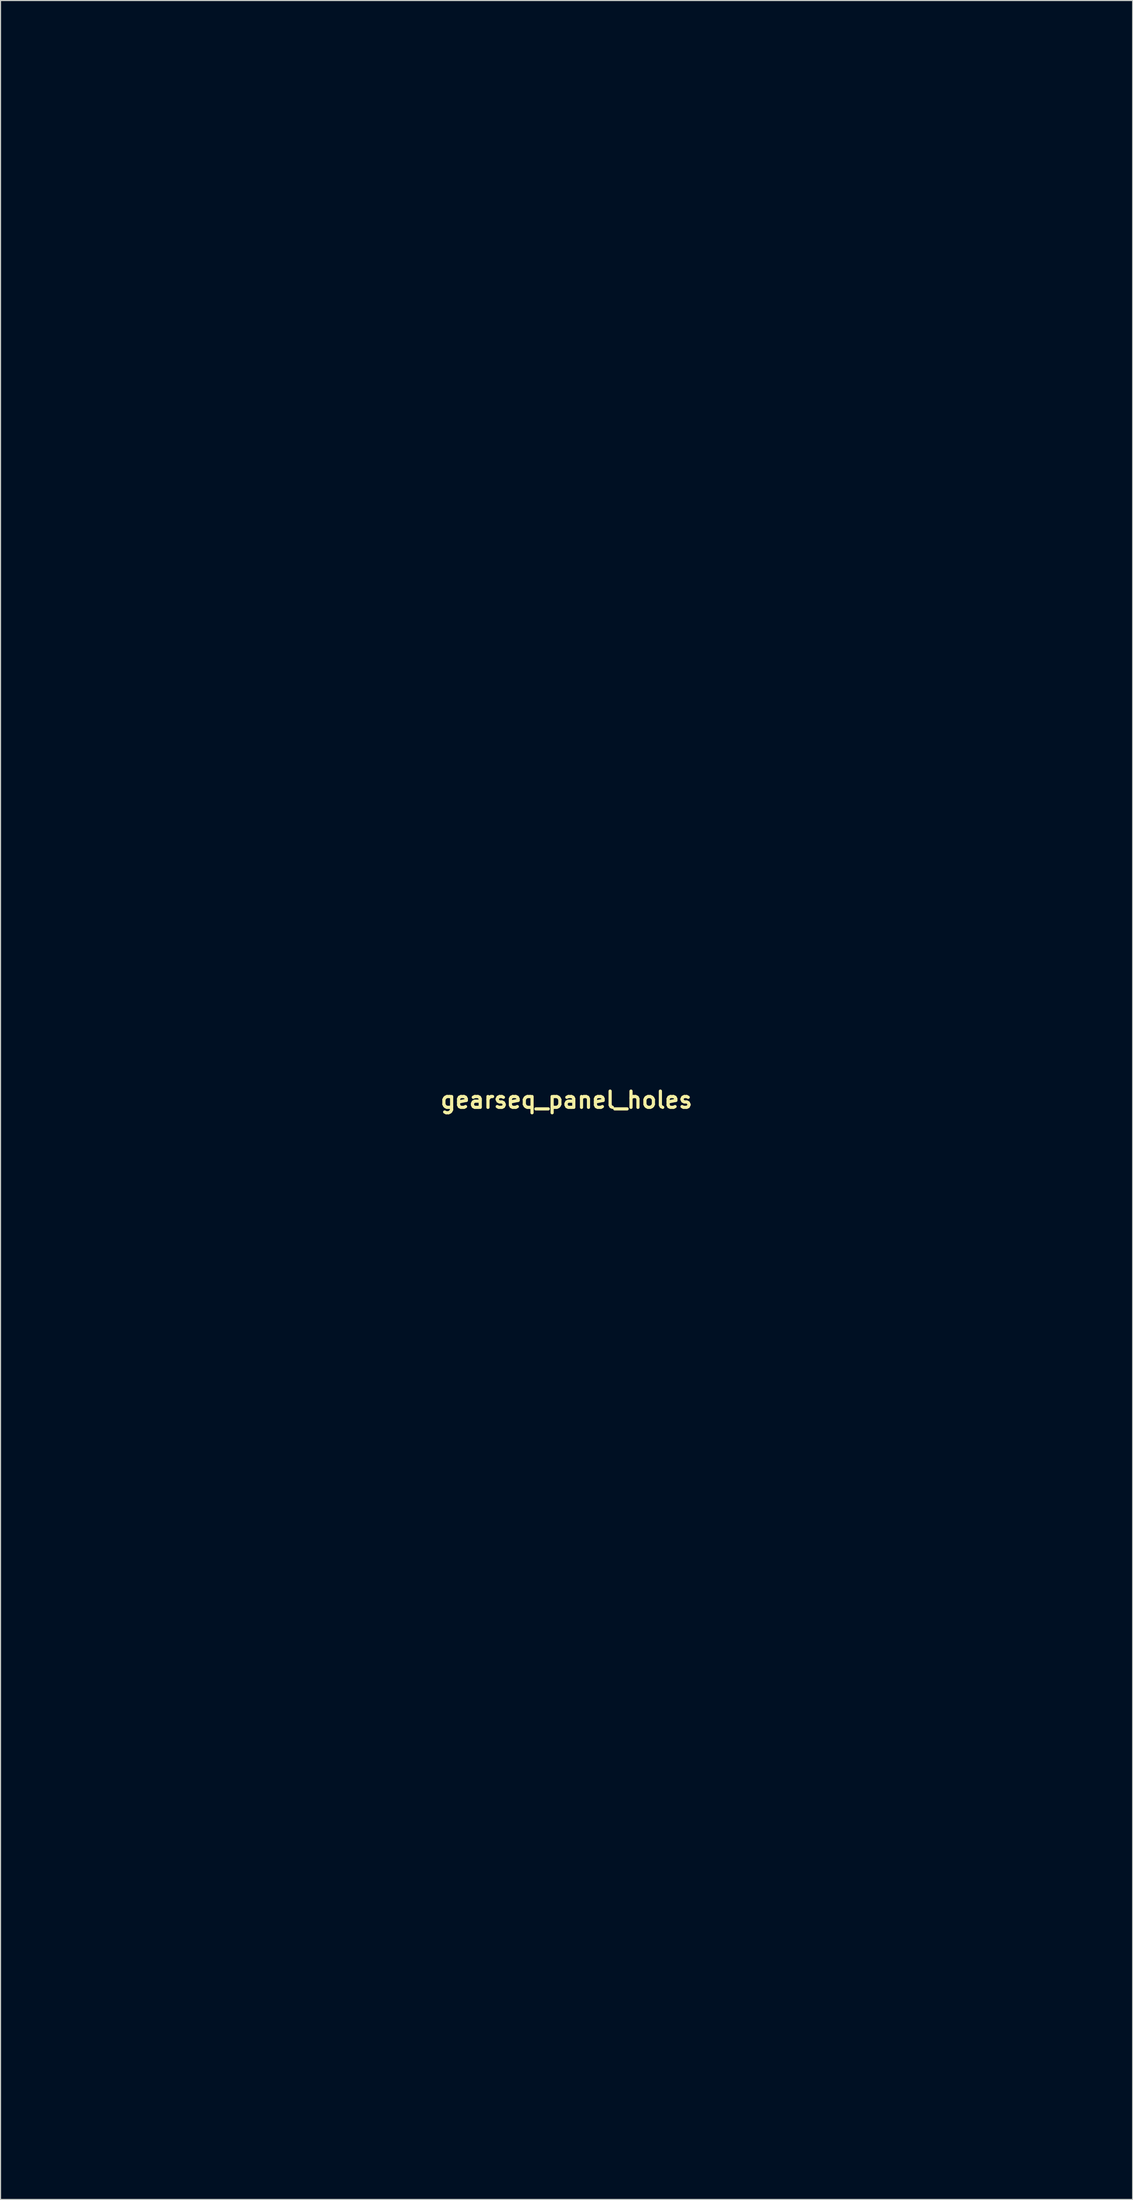
<source format=kicad_pcb>
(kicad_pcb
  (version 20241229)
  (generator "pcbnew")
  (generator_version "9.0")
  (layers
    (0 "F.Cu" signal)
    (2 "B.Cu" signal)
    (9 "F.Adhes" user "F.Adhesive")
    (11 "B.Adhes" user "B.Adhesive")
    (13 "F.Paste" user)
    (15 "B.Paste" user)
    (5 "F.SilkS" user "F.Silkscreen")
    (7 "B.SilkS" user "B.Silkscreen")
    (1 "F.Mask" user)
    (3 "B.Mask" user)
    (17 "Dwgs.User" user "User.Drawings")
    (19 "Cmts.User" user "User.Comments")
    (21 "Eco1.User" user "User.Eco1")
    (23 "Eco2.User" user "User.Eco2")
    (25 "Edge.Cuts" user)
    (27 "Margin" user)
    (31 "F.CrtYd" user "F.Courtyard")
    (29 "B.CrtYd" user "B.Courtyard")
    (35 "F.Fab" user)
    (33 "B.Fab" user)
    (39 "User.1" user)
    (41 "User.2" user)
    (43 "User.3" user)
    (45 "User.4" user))
  (footprint "gearseq_panel_holes"
    (layer "F.Cu")
    (at 50.119 100.132)
    (property "Reference" "gearseq_panel_holes" (at 0 0 0) (layer "F.SilkS") (effects (font (size 1.524 1.524) (thickness 0.3))))
    (attr through_hole)
    (fp_poly (pts (xy 50.14 100.127) (xy -50.114 100.127) (xy -50.114 -99.847) (xy -49.835 -99.847) (xy -49.835 99.847) (xy 49.86 99.847) (xy 49.86 -99.847) (xy -49.835 -99.847) (xy -50.114 -99.847) (xy -50.114 -100.127) (xy 50.14 -100.127) (xy 50.14 100.127)) (stroke (width 0.01) (type solid)) (fill no) (layer "Eco1.User"))
    (fp_poly (pts (xy 13.607 -31.16) (xy 13.618 -31.157) (xy 13.813 -31.075) (xy 13.982 -30.955) (xy 14.121 -30.802) (xy 14.226 -30.625) (xy 14.294 -30.429) (xy 14.321 -30.221) (xy 14.304 -30.007) (xy 14.275 -29.892) (xy 14.189 -29.696) (xy 14.063 -29.527) (xy 13.906 -29.388) (xy 13.724 -29.284) (xy 13.523 -29.219) (xy 13.311 -29.197) (xy 13.148 -29.211) (xy 12.948 -29.269) (xy 12.768 -29.369) (xy 12.612 -29.504) (xy 12.485 -29.666) (xy 12.392 -29.848) (xy 12.337 -30.045) (xy 12.326 -30.25) (xy 12.339 -30.358) (xy 12.405 -30.578) (xy 12.514 -30.774) (xy 12.662 -30.941) (xy 12.847 -31.073) (xy 12.888 -31.096) (xy 13.05 -31.156) (xy 13.237 -31.187) (xy 13.429 -31.189) (xy 13.607 -31.16)) (stroke (width 0.01) (type solid)) (fill no) (layer "Eco1.User"))
    (fp_poly (pts (xy 13.335 -54.978) (xy 13.461 -54.977) (xy 13.551 -54.971) (xy 13.62 -54.958) (xy 13.685 -54.936) (xy 13.745 -54.908) (xy 13.938 -54.787) (xy 14.096 -54.633) (xy 14.215 -54.452) (xy 14.291 -54.248) (xy 14.32 -54.066) (xy 14.31 -53.848) (xy 14.257 -53.644) (xy 14.164 -53.46) (xy 14.037 -53.3) (xy 13.881 -53.169) (xy 13.702 -53.071) (xy 13.504 -53.012) (xy 13.293 -52.995) (xy 13.148 -53.01) (xy 12.948 -53.07) (xy 12.767 -53.17) (xy 12.611 -53.305) (xy 12.484 -53.467) (xy 12.391 -53.65) (xy 12.337 -53.848) (xy 12.326 -54.052) (xy 12.339 -54.158) (xy 12.405 -54.377) (xy 12.512 -54.572) (xy 12.659 -54.737) (xy 12.842 -54.867) (xy 12.903 -54.899) (xy 12.983 -54.935) (xy 13.049 -54.958) (xy 13.119 -54.971) (xy 13.208 -54.977) (xy 13.331 -54.978) (xy 13.335 -54.978)) (stroke (width 0.01) (type solid)) (fill no) (layer "Eco1.User"))
    (fp_poly (pts (xy 36.754 -54.977) (xy 36.845 -54.971) (xy 36.917 -54.958) (xy 36.984 -54.935) (xy 37.04 -54.91) (xy 37.186 -54.821) (xy 37.327 -54.698) (xy 37.45 -54.556) (xy 37.536 -54.414) (xy 37.568 -54.34) (xy 37.588 -54.273) (xy 37.599 -54.198) (xy 37.604 -54.099) (xy 37.605 -54) (xy 37.603 -53.873) (xy 37.597 -53.782) (xy 37.584 -53.71) (xy 37.561 -53.643) (xy 37.537 -53.588) (xy 37.423 -53.404) (xy 37.273 -53.246) (xy 37.094 -53.121) (xy 36.895 -53.037) (xy 36.794 -53.012) (xy 36.701 -52.996) (xy 36.634 -52.989) (xy 36.572 -52.991) (xy 36.496 -53.004) (xy 36.402 -53.023) (xy 36.211 -53.085) (xy 36.042 -53.184) (xy 35.919 -53.292) (xy 35.779 -53.465) (xy 35.683 -53.659) (xy 35.631 -53.866) (xy 35.627 -54.08) (xy 35.636 -54.152) (xy 35.698 -54.364) (xy 35.804 -54.558) (xy 35.947 -54.726) (xy 36.121 -54.86) (xy 36.215 -54.91) (xy 36.288 -54.942) (xy 36.355 -54.962) (xy 36.43 -54.973) (xy 36.53 -54.978) (xy 36.627 -54.978) (xy 36.754 -54.977)) (stroke (width 0.01) (type solid)) (fill no) (layer "Eco1.User"))
    (fp_poly (pts (xy 36.751 -31.177) (xy 36.84 -31.172) (xy 36.909 -31.16) (xy 36.974 -31.137) (xy 37.051 -31.102) (xy 37.062 -31.096) (xy 37.243 -30.98) (xy 37.399 -30.827) (xy 37.519 -30.648) (xy 37.537 -30.613) (xy 37.568 -30.539) (xy 37.588 -30.473) (xy 37.599 -30.397) (xy 37.604 -30.297) (xy 37.605 -30.201) (xy 37.603 -30.074) (xy 37.597 -29.982) (xy 37.584 -29.91) (xy 37.561 -29.843) (xy 37.537 -29.789) (xy 37.423 -29.603) (xy 37.272 -29.445) (xy 37.093 -29.321) (xy 36.893 -29.238) (xy 36.778 -29.212) (xy 36.693 -29.198) (xy 36.629 -29.19) (xy 36.601 -29.188) (xy 36.571 -29.193) (xy 36.507 -29.204) (xy 36.455 -29.213) (xy 36.252 -29.271) (xy 36.07 -29.37) (xy 35.912 -29.504) (xy 35.784 -29.666) (xy 35.69 -29.849) (xy 35.636 -30.047) (xy 35.625 -30.253) (xy 35.637 -30.359) (xy 35.7 -30.569) (xy 35.806 -30.762) (xy 35.95 -30.929) (xy 36.124 -31.062) (xy 36.215 -31.11) (xy 36.288 -31.142) (xy 36.355 -31.162) (xy 36.43 -31.173) (xy 36.53 -31.178) (xy 36.627 -31.178) (xy 36.751 -31.177)) (stroke (width 0.01) (type solid)) (fill no) (layer "Eco1.User"))
    (fp_poly (pts (xy -24.702 67.548) (xy -24.565 67.564) (xy -24.236 67.642) (xy -23.919 67.768) (xy -23.62 67.938) (xy -23.344 68.151) (xy -23.252 68.237) (xy -23.006 68.51) (xy -22.808 68.802) (xy -22.656 69.114) (xy -22.552 69.445) (xy -22.494 69.796) (xy -22.488 69.874) (xy -22.49 70.216) (xy -22.54 70.551) (xy -22.634 70.873) (xy -22.768 71.179) (xy -22.942 71.464) (xy -23.15 71.724) (xy -23.39 71.955) (xy -23.66 72.152) (xy -23.955 72.312) (xy -24.274 72.429) (xy -24.31 72.439) (xy -24.627 72.507) (xy -24.931 72.533) (xy -25.239 72.52) (xy -25.276 72.516) (xy -25.617 72.452) (xy -25.939 72.342) (xy -26.24 72.192) (xy -26.516 72.004) (xy -26.763 71.782) (xy -26.98 71.529) (xy -27.162 71.25) (xy -27.306 70.948) (xy -27.409 70.626) (xy -27.469 70.288) (xy -27.482 70.028) (xy -27.471 69.875) (xy -25.984 69.875) (xy -25.984 70.129) (xy -25.121 70.129) (xy -25.121 71.018) (xy -24.867 71.018) (xy -24.867 70.129) (xy -23.978 70.129) (xy -23.978 69.877) (xy -24.416 69.87) (xy -24.854 69.863) (xy -24.861 69.45) (xy -24.868 69.037) (xy -25.121 69.037) (xy -25.121 69.875) (xy -25.984 69.875) (xy -27.471 69.875) (xy -27.458 69.68) (xy -27.386 69.344) (xy -27.27 69.025) (xy -27.113 68.725) (xy -26.918 68.45) (xy -26.688 68.203) (xy -26.426 67.988) (xy -26.135 67.809) (xy -25.818 67.67) (xy -25.638 67.613) (xy -25.486 67.581) (xy -25.3 67.558) (xy -25.097 67.544) (xy -24.892 67.541) (xy -24.702 67.548)) (stroke (width 0.01) (type solid)) (fill no) (layer "Eco1.User"))
    (fp_poly (pts (xy -24.828 77.503) (xy -24.566 77.526) (xy -24.33 77.571) (xy -24.102 77.644) (xy -23.863 77.748) (xy -23.555 77.923) (xy -23.284 78.13) (xy -23.048 78.372) (xy -22.845 78.651) (xy -22.682 78.949) (xy -22.605 79.12) (xy -22.548 79.276) (xy -22.509 79.431) (xy -22.485 79.598) (xy -22.472 79.789) (xy -22.468 79.985) (xy -22.468 80.151) (xy -22.471 80.279) (xy -22.478 80.381) (xy -22.49 80.467) (xy -22.508 80.552) (xy -22.525 80.62) (xy -22.644 80.962) (xy -22.805 81.278) (xy -23.005 81.565) (xy -23.242 81.819) (xy -23.512 82.038) (xy -23.814 82.22) (xy -24.143 82.362) (xy -24.354 82.426) (xy -24.522 82.459) (xy -24.721 82.481) (xy -24.933 82.49) (xy -25.14 82.487) (xy -25.324 82.47) (xy -25.381 82.461) (xy -25.725 82.371) (xy -26.045 82.24) (xy -26.338 82.071) (xy -26.603 81.867) (xy -26.836 81.632) (xy -27.036 81.37) (xy -27.199 81.085) (xy -27.324 80.78) (xy -27.408 80.459) (xy -27.449 80.125) (xy -27.445 79.91) (xy -25.959 79.91) (xy -25.959 80.162) (xy -25.07 80.162) (xy -25.07 81.001) (xy -24.816 81.001) (xy -24.816 80.162) (xy -23.952 80.162) (xy -23.952 79.908) (xy -24.816 79.908) (xy -24.816 78.994) (xy -25.069 78.994) (xy -25.082 79.896) (xy -25.521 79.903) (xy -25.959 79.91) (xy -27.445 79.91) (xy -27.443 79.783) (xy -27.391 79.442) (xy -27.308 79.164) (xy -27.186 78.885) (xy -27.033 78.619) (xy -26.856 78.375) (xy -26.66 78.167) (xy -26.608 78.12) (xy -26.315 77.901) (xy -26.003 77.729) (xy -25.675 77.604) (xy -25.331 77.528) (xy -24.974 77.501) (xy -24.828 77.503)) (stroke (width 0.01) (type solid)) (fill no) (layer "Eco1.User"))
    (fp_poly (pts (xy 25.31 77.55) (xy 25.637 77.617) (xy 25.959 77.731) (xy 26.13 77.814) (xy 26.429 77.998) (xy 26.692 78.214) (xy 26.918 78.458) (xy 27.106 78.725) (xy 27.257 79.011) (xy 27.369 79.312) (xy 27.441 79.624) (xy 27.473 79.942) (xy 27.465 80.262) (xy 27.415 80.58) (xy 27.323 80.891) (xy 27.189 81.193) (xy 27.011 81.479) (xy 26.789 81.746) (xy 26.747 81.789) (xy 26.475 82.027) (xy 26.177 82.221) (xy 25.855 82.371) (xy 25.616 82.449) (xy 25.495 82.474) (xy 25.339 82.494) (xy 25.163 82.509) (xy 24.981 82.517) (xy 24.807 82.518) (xy 24.657 82.512) (xy 24.558 82.5) (xy 24.225 82.415) (xy 23.907 82.286) (xy 23.609 82.117) (xy 23.337 81.912) (xy 23.095 81.675) (xy 22.889 81.409) (xy 22.723 81.119) (xy 22.682 81.03) (xy 22.612 80.856) (xy 22.561 80.703) (xy 22.527 80.556) (xy 22.505 80.401) (xy 22.495 80.223) (xy 22.492 80.035) (xy 22.493 79.868) (xy 22.493 79.858) (xy 23.978 79.858) (xy 23.978 80.137) (xy 24.841 80.137) (xy 24.841 81.026) (xy 25.095 81.026) (xy 25.095 80.138) (xy 25.533 80.131) (xy 25.971 80.124) (xy 25.971 79.87) (xy 25.095 79.856) (xy 25.095 79.045) (xy 24.841 79.045) (xy 24.841 79.858) (xy 23.978 79.858) (xy 22.493 79.858) (xy 22.496 79.739) (xy 22.504 79.636) (xy 22.516 79.548) (xy 22.535 79.461) (xy 22.55 79.4) (xy 22.665 79.068) (xy 22.819 78.763) (xy 23.009 78.488) (xy 23.229 78.244) (xy 23.477 78.032) (xy 23.747 77.855) (xy 24.038 77.714) (xy 24.343 77.611) (xy 24.659 77.549) (xy 24.983 77.527) (xy 25.31 77.55)) (stroke (width 0.01) (type solid)) (fill no) (layer "Eco1.User"))
    (fp_poly (pts (xy 25.956 -47.6) (xy 26.877 -47.6) (xy 27.751 -47.6) (xy 28.577 -47.599) (xy 29.358 -47.599) (xy 30.094 -47.599) (xy 30.788 -47.599) (xy 31.439 -47.599) (xy 32.051 -47.599) (xy 32.623 -47.599) (xy 33.157 -47.598) (xy 33.655 -47.598) (xy 34.118 -47.597) (xy 34.547 -47.597) (xy 34.943 -47.596) (xy 35.307 -47.596) (xy 35.642 -47.595) (xy 35.948 -47.594) (xy 36.227 -47.593) (xy 36.479 -47.592) (xy 36.707 -47.591) (xy 36.911 -47.59) (xy 37.092 -47.588) (xy 37.253 -47.587) (xy 37.395 -47.586) (xy 37.517 -47.584) (xy 37.623 -47.582) (xy 37.713 -47.58) (xy 37.789 -47.578) (xy 37.851 -47.576) (xy 37.902 -47.574) (xy 37.942 -47.571) (xy 37.973 -47.568) (xy 37.995 -47.566) (xy 38.012 -47.563) (xy 38.022 -47.559) (xy 38.029 -47.556) (xy 38.033 -47.553) (xy 38.037 -47.546) (xy 38.041 -47.533) (xy 38.044 -47.513) (xy 38.047 -47.483) (xy 38.05 -47.443) (xy 38.053 -47.39) (xy 38.056 -47.322) (xy 38.058 -47.239) (xy 38.06 -47.138) (xy 38.062 -47.017) (xy 38.064 -46.875) (xy 38.066 -46.711) (xy 38.067 -46.522) (xy 38.068 -46.307) (xy 38.07 -46.064) (xy 38.071 -45.791) (xy 38.071 -45.487) (xy 38.072 -45.15) (xy 38.073 -44.778) (xy 38.073 -44.37) (xy 38.074 -43.923) (xy 38.074 -43.437) (xy 38.074 -42.91) (xy 38.074 -42.339) (xy 38.075 -41.723) (xy 38.075 -41.061) (xy 38.075 -40.35) (xy 38.075 -40.001) (xy 38.075 -32.495) (xy 38.016 -32.44) (xy 37.957 -32.385) (xy 11.986 -32.385) (xy 11.924 -32.447) (xy 11.862 -32.51) (xy 11.862 -47.489) (xy 11.921 -47.544) (xy 11.979 -47.6) (xy 24.985 -47.6) (xy 25.956 -47.6)) (stroke (width 0.01) (type solid)) (fill no) (layer "Eco1.User"))
    (fp_poly (pts (xy 25.237 67.479) (xy 25.58 67.536) (xy 25.907 67.639) (xy 26.212 67.786) (xy 26.494 67.975) (xy 26.75 68.203) (xy 26.975 68.47) (xy 27.166 68.773) (xy 27.217 68.872) (xy 27.353 69.204) (xy 27.439 69.543) (xy 27.476 69.886) (xy 27.463 70.231) (xy 27.4 70.573) (xy 27.288 70.91) (xy 27.203 71.095) (xy 27.027 71.391) (xy 26.813 71.656) (xy 26.566 71.888) (xy 26.292 72.084) (xy 25.995 72.242) (xy 25.679 72.36) (xy 25.349 72.434) (xy 25.01 72.464) (xy 24.667 72.447) (xy 24.529 72.426) (xy 24.201 72.341) (xy 23.885 72.21) (xy 23.587 72.036) (xy 23.314 71.823) (xy 23.241 71.755) (xy 23.059 71.564) (xy 22.912 71.373) (xy 22.786 71.167) (xy 22.704 71.003) (xy 22.63 70.836) (xy 22.575 70.687) (xy 22.537 70.542) (xy 22.512 70.388) (xy 22.499 70.212) (xy 22.495 70.002) (xy 22.495 69.964) (xy 22.496 69.875) (xy 23.978 69.875) (xy 23.978 70.129) (xy 24.841 70.129) (xy 24.841 70.968) (xy 25.095 70.968) (xy 25.095 70.131) (xy 25.533 70.124) (xy 25.971 70.117) (xy 25.979 69.997) (xy 25.987 69.877) (xy 25.547 69.87) (xy 25.108 69.863) (xy 25.101 69.412) (xy 25.094 68.961) (xy 24.841 68.961) (xy 24.841 69.875) (xy 23.978 69.875) (xy 22.496 69.875) (xy 22.498 69.742) (xy 22.511 69.557) (xy 22.535 69.396) (xy 22.573 69.246) (xy 22.627 69.094) (xy 22.701 68.928) (xy 22.707 68.916) (xy 22.883 68.598) (xy 23.088 68.322) (xy 23.326 68.082) (xy 23.599 67.878) (xy 23.889 67.715) (xy 24.144 67.605) (xy 24.393 67.531) (xy 24.653 67.486) (xy 24.879 67.469) (xy 25.237 67.479)) (stroke (width 0.01) (type solid)) (fill no) (layer "Eco1.User"))
    (fp_poly (pts (xy -45.63 95.4) (xy -45.381 95.4) (xy -45.023 95.401) (xy -44.713 95.401) (xy -44.446 95.402) (xy -44.218 95.404) (xy -44.028 95.405) (xy -43.869 95.408) (xy -43.74 95.411) (xy -43.637 95.415) (xy -43.555 95.419) (xy -43.492 95.424) (xy -43.443 95.431) (xy -43.405 95.438) (xy -43.396 95.44) (xy -43.137 95.532) (xy -42.898 95.667) (xy -42.685 95.839) (xy -42.502 96.044) (xy -42.356 96.275) (xy -42.251 96.528) (xy -42.228 96.608) (xy -42.203 96.752) (xy -42.192 96.925) (xy -42.194 97.106) (xy -42.209 97.277) (xy -42.228 97.378) (xy -42.305 97.607) (xy -42.423 97.832) (xy -42.574 98.039) (xy -42.75 98.216) (xy -42.81 98.264) (xy -42.933 98.352) (xy -43.043 98.418) (xy -43.16 98.472) (xy -43.305 98.525) (xy -43.32 98.53) (xy -43.498 98.59) (xy -45.314 98.593) (xy -45.615 98.593) (xy -45.902 98.593) (xy -46.172 98.593) (xy -46.42 98.593) (xy -46.642 98.592) (xy -46.833 98.591) (xy -46.989 98.59) (xy -47.107 98.588) (xy -47.181 98.587) (xy -47.206 98.586) (xy -47.462 98.525) (xy -47.707 98.42) (xy -47.933 98.274) (xy -48.135 98.094) (xy -48.306 97.886) (xy -48.441 97.653) (xy -48.524 97.437) (xy -48.577 97.169) (xy -48.583 96.9) (xy -48.543 96.637) (xy -48.46 96.384) (xy -48.337 96.147) (xy -48.175 95.933) (xy -47.978 95.746) (xy -47.748 95.593) (xy -47.699 95.567) (xy -47.638 95.536) (xy -47.584 95.509) (xy -47.53 95.487) (xy -47.475 95.467) (xy -47.414 95.451) (xy -47.343 95.437) (xy -47.258 95.427) (xy -47.156 95.418) (xy -47.033 95.412) (xy -46.885 95.407) (xy -46.707 95.404) (xy -46.497 95.402) (xy -46.25 95.401) (xy -45.962 95.4) (xy -45.63 95.4)) (stroke (width 0.01) (type solid)) (fill no) (layer "Eco1.User"))
    (fp_poly (pts (xy 25.571 -13.448) (xy 25.961 -13.358) (xy 26.339 -13.225) (xy 26.701 -13.047) (xy 27.041 -12.824) (xy 27.055 -12.814) (xy 27.376 -12.543) (xy 27.66 -12.239) (xy 27.904 -11.908) (xy 28.108 -11.552) (xy 28.269 -11.177) (xy 28.384 -10.785) (xy 28.453 -10.38) (xy 28.473 -10.008) (xy 28.453 -9.607) (xy 28.39 -9.227) (xy 28.283 -8.859) (xy 28.129 -8.491) (xy 28.118 -8.467) (xy 27.912 -8.102) (xy 27.668 -7.769) (xy 27.388 -7.468) (xy 27.076 -7.203) (xy 26.734 -6.976) (xy 26.368 -6.79) (xy 25.979 -6.647) (xy 25.57 -6.549) (xy 25.515 -6.54) (xy 25.397 -6.526) (xy 25.246 -6.515) (xy 25.075 -6.509) (xy 24.901 -6.506) (xy 24.738 -6.508) (xy 24.603 -6.514) (xy 24.549 -6.52) (xy 24.148 -6.595) (xy 23.76 -6.717) (xy 23.388 -6.883) (xy 23.038 -7.091) (xy 22.712 -7.336) (xy 22.417 -7.617) (xy 22.155 -7.93) (xy 21.93 -8.271) (xy 21.837 -8.445) (xy 21.676 -8.825) (xy 21.562 -9.214) (xy 21.495 -9.607) (xy 21.474 -10.002) (xy 21.482 -10.135) (xy 22.479 -10.135) (xy 22.479 -9.881) (xy 24.841 -9.881) (xy 24.841 -7.493) (xy 25.095 -7.493) (xy 25.101 -8.68) (xy 25.108 -9.868) (xy 26.297 -9.875) (xy 27.486 -9.881) (xy 27.478 -10.002) (xy 27.47 -10.122) (xy 26.283 -10.129) (xy 25.095 -10.135) (xy 25.095 -12.497) (xy 24.841 -12.497) (xy 24.841 -10.135) (xy 22.479 -10.135) (xy 21.482 -10.135) (xy 21.498 -10.395) (xy 21.564 -10.781) (xy 21.673 -11.157) (xy 21.824 -11.519) (xy 22.014 -11.863) (xy 22.242 -12.186) (xy 22.509 -12.483) (xy 22.812 -12.75) (xy 23.15 -12.985) (xy 23.228 -13.031) (xy 23.597 -13.215) (xy 23.98 -13.353) (xy 24.373 -13.445) (xy 24.773 -13.491) (xy 25.174 -13.492) (xy 25.571 -13.448)) (stroke (width 0.01) (type solid)) (fill no) (layer "Eco1.User"))
    (fp_poly (pts (xy 44.708 -98.6) (xy 44.993 -98.599) (xy 45.322 -98.598) (xy 45.505 -98.597) (xy 45.853 -98.595) (xy 46.155 -98.594) (xy 46.413 -98.592) (xy 46.632 -98.59) (xy 46.814 -98.588) (xy 46.965 -98.585) (xy 47.087 -98.582) (xy 47.185 -98.578) (xy 47.262 -98.573) (xy 47.322 -98.568) (xy 47.369 -98.562) (xy 47.406 -98.554) (xy 47.437 -98.546) (xy 47.447 -98.543) (xy 47.712 -98.43) (xy 47.952 -98.279) (xy 48.162 -98.094) (xy 48.337 -97.88) (xy 48.473 -97.641) (xy 48.549 -97.437) (xy 48.603 -97.169) (xy 48.608 -96.9) (xy 48.568 -96.637) (xy 48.485 -96.384) (xy 48.362 -96.147) (xy 48.201 -95.933) (xy 48.004 -95.746) (xy 47.774 -95.593) (xy 47.724 -95.567) (xy 47.662 -95.535) (xy 47.605 -95.508) (xy 47.55 -95.485) (xy 47.493 -95.465) (xy 47.429 -95.449) (xy 47.354 -95.435) (xy 47.265 -95.424) (xy 47.158 -95.416) (xy 47.028 -95.409) (xy 46.871 -95.405) (xy 46.684 -95.401) (xy 46.463 -95.399) (xy 46.203 -95.397) (xy 45.9 -95.396) (xy 45.55 -95.395) (xy 45.534 -95.395) (xy 45.239 -95.394) (xy 44.954 -95.394) (xy 44.685 -95.394) (xy 44.436 -95.395) (xy 44.212 -95.396) (xy 44.018 -95.398) (xy 43.859 -95.4) (xy 43.739 -95.402) (xy 43.663 -95.405) (xy 43.646 -95.406) (xy 43.381 -95.452) (xy 43.136 -95.543) (xy 42.906 -95.68) (xy 42.688 -95.866) (xy 42.669 -95.884) (xy 42.486 -96.1) (xy 42.351 -96.33) (xy 42.263 -96.578) (xy 42.22 -96.848) (xy 42.215 -96.989) (xy 42.232 -97.248) (xy 42.283 -97.479) (xy 42.37 -97.695) (xy 42.519 -97.937) (xy 42.704 -98.148) (xy 42.921 -98.322) (xy 43.163 -98.457) (xy 43.426 -98.548) (xy 43.498 -98.564) (xy 43.543 -98.572) (xy 43.594 -98.579) (xy 43.656 -98.585) (xy 43.733 -98.589) (xy 43.828 -98.593) (xy 43.944 -98.596) (xy 44.087 -98.598) (xy 44.259 -98.599) (xy 44.465 -98.6) (xy 44.708 -98.6)) (stroke (width 0.01) (type solid)) (fill no) (layer "Eco1.User"))
    (fp_poly (pts (xy -44.27 -98.599) (xy -44.066 -98.597) (xy -43.893 -98.593) (xy -43.748 -98.588) (xy -43.627 -98.581) (xy -43.526 -98.571) (xy -43.441 -98.56) (xy -43.369 -98.545) (xy -43.305 -98.528) (xy -43.245 -98.507) (xy -43.187 -98.483) (xy -43.125 -98.456) (xy -43.119 -98.453) (xy -42.889 -98.321) (xy -42.681 -98.15) (xy -42.502 -97.948) (xy -42.359 -97.722) (xy -42.256 -97.481) (xy -42.228 -97.378) (xy -42.203 -97.226) (xy -42.192 -97.05) (xy -42.194 -96.869) (xy -42.209 -96.703) (xy -42.228 -96.608) (xy -42.318 -96.353) (xy -42.451 -96.116) (xy -42.622 -95.904) (xy -42.825 -95.721) (xy -43.055 -95.573) (xy -43.304 -95.467) (xy -43.399 -95.44) (xy -43.437 -95.432) (xy -43.486 -95.425) (xy -43.55 -95.419) (xy -43.632 -95.414) (xy -43.736 -95.41) (xy -43.866 -95.407) (xy -44.026 -95.404) (xy -44.219 -95.401) (xy -44.449 -95.399) (xy -44.72 -95.398) (xy -45.036 -95.396) (xy -45.266 -95.395) (xy -45.561 -95.395) (xy -45.845 -95.394) (xy -46.114 -95.395) (xy -46.361 -95.395) (xy -46.583 -95.396) (xy -46.775 -95.398) (xy -46.933 -95.399) (xy -47.051 -95.401) (xy -47.125 -95.404) (xy -47.142 -95.405) (xy -47.339 -95.434) (xy -47.515 -95.484) (xy -47.688 -95.561) (xy -47.935 -95.713) (xy -48.146 -95.899) (xy -48.319 -96.118) (xy -48.451 -96.366) (xy -48.541 -96.641) (xy -48.554 -96.698) (xy -48.584 -96.97) (xy -48.566 -97.237) (xy -48.504 -97.493) (xy -48.399 -97.736) (xy -48.254 -97.959) (xy -48.073 -98.158) (xy -47.858 -98.329) (xy -47.613 -98.467) (xy -47.422 -98.543) (xy -47.392 -98.551) (xy -47.357 -98.559) (xy -47.315 -98.566) (xy -47.26 -98.572) (xy -47.189 -98.576) (xy -47.099 -98.58) (xy -46.986 -98.584) (xy -46.846 -98.587) (xy -46.675 -98.589) (xy -46.469 -98.591) (xy -46.226 -98.593) (xy -45.94 -98.595) (xy -45.608 -98.596) (xy -45.479 -98.597) (xy -45.11 -98.598) (xy -44.788 -98.6) (xy -44.509 -98.6) (xy -44.27 -98.599)) (stroke (width 0.01) (type solid)) (fill no) (layer "Eco1.User"))
    (fp_poly (pts (xy -37.389 70.005) (xy -37.108 70.017) (xy -36.84 70.039) (xy -36.599 70.072) (xy -36.5 70.09) (xy -36.007 70.219) (xy -35.536 70.392) (xy -35.09 70.608) (xy -34.669 70.864) (xy -34.278 71.159) (xy -33.918 71.491) (xy -33.592 71.857) (xy -33.301 72.255) (xy -33.049 72.685) (xy -32.837 73.143) (xy -32.784 73.279) (xy -32.647 73.719) (xy -32.552 74.179) (xy -32.499 74.653) (xy -32.49 75.132) (xy -32.524 75.609) (xy -32.601 76.076) (xy -32.689 76.421) (xy -32.852 76.883) (xy -33.061 77.327) (xy -33.313 77.75) (xy -33.604 78.147) (xy -33.932 78.514) (xy -34.293 78.846) (xy -34.683 79.14) (xy -34.707 79.156) (xy -35.14 79.413) (xy -35.592 79.625) (xy -36.062 79.79) (xy -36.545 79.907) (xy -37.038 79.976) (xy -37.538 79.995) (xy -37.833 79.983) (xy -38.327 79.924) (xy -38.807 79.817) (xy -39.269 79.666) (xy -39.712 79.471) (xy -40.132 79.235) (xy -40.527 78.96) (xy -40.894 78.649) (xy -41.23 78.304) (xy -41.533 77.926) (xy -41.798 77.518) (xy -42.025 77.083) (xy -42.21 76.621) (xy -42.224 76.578) (xy -42.359 76.098) (xy -42.444 75.612) (xy -42.481 75.125) (xy -42.475 74.879) (xy -39.98 74.879) (xy -39.98 75.133) (xy -37.617 75.133) (xy -37.617 77.495) (xy -37.363 77.495) (xy -37.363 75.134) (xy -34.989 75.121) (xy -34.973 74.88) (xy -37.351 74.867) (xy -37.357 73.679) (xy -37.364 72.492) (xy -37.617 72.492) (xy -37.617 74.879) (xy -39.98 74.879) (xy -42.475 74.879) (xy -42.47 74.64) (xy -42.413 74.161) (xy -42.31 73.69) (xy -42.162 73.232) (xy -41.97 72.789) (xy -41.735 72.364) (xy -41.457 71.962) (xy -41.138 71.586) (xy -40.928 71.375) (xy -40.541 71.042) (xy -40.133 70.755) (xy -39.702 70.514) (xy -39.247 70.317) (xy -38.769 70.165) (xy -38.266 70.057) (xy -38.151 70.039) (xy -37.926 70.016) (xy -37.667 70.005) (xy -37.389 70.005)) (stroke (width 0.01) (type solid)) (fill no) (layer "Eco1.User"))
    (fp_poly (pts (xy 37.628 70.009) (xy 37.851 70.016) (xy 38.055 70.029) (xy 38.23 70.048) (xy 38.316 70.061) (xy 38.822 70.181) (xy 39.304 70.345) (xy 39.761 70.551) (xy 40.19 70.798) (xy 40.589 71.084) (xy 40.958 71.408) (xy 41.293 71.768) (xy 41.593 72.163) (xy 41.856 72.591) (xy 42.08 73.05) (xy 42.08 73.05) (xy 42.231 73.448) (xy 42.343 73.849) (xy 42.417 74.263) (xy 42.457 74.702) (xy 42.462 74.83) (xy 42.457 75.32) (xy 42.41 75.785) (xy 42.321 76.234) (xy 42.186 76.673) (xy 42.006 77.108) (xy 41.973 77.178) (xy 41.734 77.615) (xy 41.457 78.021) (xy 41.144 78.394) (xy 40.799 78.732) (xy 40.424 79.034) (xy 40.022 79.298) (xy 39.597 79.522) (xy 39.15 79.705) (xy 38.686 79.844) (xy 38.207 79.939) (xy 37.716 79.988) (xy 37.215 79.988) (xy 37.122 79.982) (xy 36.632 79.925) (xy 36.157 79.821) (xy 35.701 79.673) (xy 35.264 79.483) (xy 34.851 79.254) (xy 34.462 78.987) (xy 34.101 78.685) (xy 33.77 78.351) (xy 33.471 77.987) (xy 33.206 77.595) (xy 32.978 77.178) (xy 32.79 76.738) (xy 32.643 76.277) (xy 32.541 75.799) (xy 32.487 75.341) (xy 32.477 74.879) (xy 34.976 74.879) (xy 34.976 75.133) (xy 37.338 75.133) (xy 37.338 77.495) (xy 37.592 77.495) (xy 37.592 75.134) (xy 39.967 75.121) (xy 39.982 74.88) (xy 37.605 74.867) (xy 37.598 73.679) (xy 37.591 72.492) (xy 37.338 72.492) (xy 37.338 74.879) (xy 34.976 74.879) (xy 32.477 74.879) (xy 32.476 74.843) (xy 32.515 74.351) (xy 32.602 73.868) (xy 32.736 73.397) (xy 32.915 72.941) (xy 33.139 72.505) (xy 33.405 72.091) (xy 33.712 71.702) (xy 34.045 71.357) (xy 34.427 71.031) (xy 34.837 70.747) (xy 35.273 70.507) (xy 35.731 70.31) (xy 36.21 70.16) (xy 36.707 70.055) (xy 36.817 70.039) (xy 36.983 70.022) (xy 37.182 70.012) (xy 37.401 70.008) (xy 37.628 70.009)) (stroke (width 0.01) (type solid)) (fill no) (layer "Eco1.User"))
    (fp_poly (pts (xy 25.35 16.518) (xy 25.655 16.558) (xy 25.954 16.629) (xy 26.102 16.675) (xy 26.494 16.832) (xy 26.86 17.031) (xy 27.197 17.269) (xy 27.502 17.545) (xy 27.773 17.854) (xy 28.006 18.195) (xy 28.2 18.564) (xy 28.334 18.906) (xy 28.42 19.21) (xy 28.475 19.511) (xy 28.501 19.829) (xy 28.504 19.99) (xy 28.481 20.417) (xy 28.409 20.828) (xy 28.291 21.222) (xy 28.126 21.597) (xy 27.915 21.95) (xy 27.659 22.281) (xy 27.504 22.448) (xy 27.197 22.728) (xy 26.874 22.962) (xy 26.529 23.154) (xy 26.155 23.307) (xy 25.756 23.422) (xy 25.638 23.443) (xy 25.482 23.46) (xy 25.302 23.474) (xy 25.111 23.483) (xy 24.921 23.487) (xy 24.745 23.486) (xy 24.596 23.479) (xy 24.508 23.469) (xy 24.092 23.379) (xy 23.696 23.243) (xy 23.323 23.064) (xy 22.976 22.845) (xy 22.657 22.588) (xy 22.371 22.295) (xy 22.119 21.968) (xy 21.905 21.611) (xy 21.755 21.284) (xy 21.71 21.162) (xy 21.662 21.013) (xy 21.617 20.862) (xy 21.598 20.789) (xy 21.573 20.686) (xy 21.555 20.598) (xy 21.542 20.513) (xy 21.534 20.418) (xy 21.53 20.305) (xy 21.528 20.16) (xy 21.527 20.015) (xy 21.529 19.863) (xy 22.504 19.863) (xy 22.504 20.116) (xy 23.692 20.123) (xy 24.879 20.13) (xy 24.893 22.504) (xy 25.146 22.504) (xy 25.146 20.117) (xy 27.508 20.117) (xy 27.508 19.863) (xy 25.146 19.863) (xy 25.146 17.501) (xy 24.892 17.501) (xy 24.892 19.863) (xy 22.504 19.863) (xy 21.529 19.863) (xy 21.529 19.789) (xy 21.537 19.602) (xy 21.552 19.439) (xy 21.576 19.29) (xy 21.612 19.141) (xy 21.661 18.979) (xy 21.69 18.891) (xy 21.83 18.534) (xy 21.998 18.211) (xy 22.201 17.912) (xy 22.445 17.625) (xy 22.561 17.505) (xy 22.878 17.226) (xy 23.219 16.991) (xy 23.582 16.802) (xy 23.965 16.658) (xy 24.367 16.562) (xy 24.787 16.512) (xy 25.019 16.505) (xy 25.35 16.518)) (stroke (width 0.01) (type solid)) (fill no) (layer "Eco1.User"))
    (fp_poly (pts (xy 46.087 95.4) (xy 46.361 95.401) (xy 46.595 95.402) (xy 46.794 95.405) (xy 46.962 95.408) (xy 47.102 95.414) (xy 47.218 95.421) (xy 47.313 95.43) (xy 47.393 95.442) (xy 47.46 95.456) (xy 47.519 95.473) (xy 47.573 95.494) (xy 47.627 95.518) (xy 47.683 95.546) (xy 47.724 95.567) (xy 47.969 95.717) (xy 48.178 95.903) (xy 48.348 96.121) (xy 48.479 96.369) (xy 48.568 96.645) (xy 48.579 96.698) (xy 48.61 96.97) (xy 48.592 97.237) (xy 48.529 97.493) (xy 48.424 97.736) (xy 48.28 97.959) (xy 48.099 98.158) (xy 47.884 98.329) (xy 47.638 98.467) (xy 47.447 98.543) (xy 47.418 98.551) (xy 47.384 98.559) (xy 47.342 98.566) (xy 47.288 98.571) (xy 47.219 98.576) (xy 47.13 98.58) (xy 47.019 98.583) (xy 46.881 98.586) (xy 46.713 98.588) (xy 46.51 98.59) (xy 46.27 98.591) (xy 45.988 98.593) (xy 45.662 98.594) (xy 45.479 98.594) (xy 45.113 98.595) (xy 44.795 98.596) (xy 44.521 98.595) (xy 44.287 98.595) (xy 44.091 98.593) (xy 43.928 98.591) (xy 43.797 98.588) (xy 43.692 98.584) (xy 43.611 98.579) (xy 43.55 98.574) (xy 43.507 98.567) (xy 43.498 98.565) (xy 43.312 98.516) (xy 43.157 98.457) (xy 43.011 98.38) (xy 42.98 98.362) (xy 42.756 98.195) (xy 42.564 97.996) (xy 42.41 97.772) (xy 42.297 97.528) (xy 42.253 97.378) (xy 42.229 97.226) (xy 42.217 97.05) (xy 42.22 96.869) (xy 42.235 96.703) (xy 42.253 96.608) (xy 42.344 96.35) (xy 42.479 96.112) (xy 42.651 95.898) (xy 42.856 95.716) (xy 43.088 95.569) (xy 43.341 95.463) (xy 43.421 95.44) (xy 43.457 95.433) (xy 43.503 95.426) (xy 43.562 95.42) (xy 43.638 95.416) (xy 43.736 95.412) (xy 43.858 95.409) (xy 44.008 95.406) (xy 44.189 95.404) (xy 44.406 95.403) (xy 44.662 95.402) (xy 44.961 95.401) (xy 45.306 95.401) (xy 45.406 95.4) (xy 45.77 95.4) (xy 46.087 95.4)) (stroke (width 0.01) (type solid)) (fill no) (layer "Eco1.User"))
    (fp_poly (pts (xy -12.471 16.506) (xy -12.069 16.527) (xy -11.691 16.589) (xy -11.328 16.693) (xy -10.972 16.844) (xy -10.874 16.893) (xy -10.512 17.11) (xy -10.182 17.366) (xy -9.888 17.656) (xy -9.63 17.979) (xy -9.41 18.332) (xy -9.232 18.713) (xy -9.096 19.119) (xy -9.053 19.291) (xy -9.028 19.442) (xy -9.01 19.628) (xy -8.999 19.836) (xy -8.996 20.051) (xy -9.001 20.258) (xy -9.015 20.444) (xy -9.029 20.552) (xy -9.123 20.968) (xy -9.265 21.365) (xy -9.454 21.745) (xy -9.582 21.952) (xy -9.693 22.102) (xy -9.833 22.268) (xy -9.993 22.439) (xy -10.16 22.603) (xy -10.324 22.748) (xy -10.472 22.864) (xy -10.493 22.879) (xy -10.818 23.074) (xy -11.175 23.241) (xy -11.547 23.372) (xy -11.775 23.432) (xy -11.858 23.446) (xy -11.979 23.458) (xy -12.128 23.469) (xy -12.291 23.477) (xy -12.459 23.484) (xy -12.619 23.487) (xy -12.759 23.488) (xy -12.867 23.484) (xy -12.916 23.48) (xy -13.342 23.393) (xy -13.746 23.262) (xy -14.126 23.088) (xy -14.48 22.87) (xy -14.806 22.612) (xy -14.901 22.524) (xy -15.194 22.207) (xy -15.441 21.871) (xy -15.643 21.514) (xy -15.799 21.134) (xy -15.911 20.729) (xy -15.951 20.515) (xy -15.967 20.365) (xy -15.976 20.181) (xy -15.977 19.979) (xy -15.974 19.863) (xy -14.986 19.863) (xy -14.986 20.117) (xy -12.624 20.117) (xy -12.624 22.507) (xy -12.357 22.492) (xy -12.344 20.117) (xy -9.982 20.117) (xy -9.982 19.863) (xy -12.344 19.863) (xy -12.344 17.501) (xy -12.624 17.501) (xy -12.624 19.863) (xy -14.986 19.863) (xy -15.974 19.863) (xy -15.971 19.773) (xy -15.958 19.581) (xy -15.939 19.419) (xy -15.937 19.41) (xy -15.845 19.009) (xy -15.707 18.626) (xy -15.526 18.264) (xy -15.305 17.926) (xy -15.047 17.616) (xy -14.754 17.336) (xy -14.429 17.091) (xy -14.076 16.883) (xy -13.696 16.716) (xy -13.58 16.675) (xy -13.313 16.597) (xy -13.054 16.544) (xy -12.783 16.515) (xy -12.484 16.506) (xy -12.471 16.506)) (stroke (width 0.01) (type solid)) (fill no) (layer "Eco1.User"))
    (fp_poly (pts (xy 13.02 70.023) (xy 13.52 70.097) (xy 13.56 70.105) (xy 14.029 70.228) (xy 14.481 70.396) (xy 14.912 70.608) (xy 15.321 70.861) (xy 15.703 71.151) (xy 16.057 71.475) (xy 16.379 71.832) (xy 16.666 72.219) (xy 16.916 72.632) (xy 17.125 73.068) (xy 17.291 73.526) (xy 17.348 73.724) (xy 17.418 74.03) (xy 17.466 74.325) (xy 17.494 74.628) (xy 17.504 74.957) (xy 17.504 74.993) (xy 17.484 75.481) (xy 17.422 75.945) (xy 17.316 76.391) (xy 17.165 76.827) (xy 16.968 77.26) (xy 16.939 77.317) (xy 16.684 77.75) (xy 16.392 78.149) (xy 16.066 78.514) (xy 15.708 78.842) (xy 15.322 79.133) (xy 14.911 79.384) (xy 14.476 79.594) (xy 14.02 79.761) (xy 13.548 79.884) (xy 13.06 79.962) (xy 12.56 79.993) (xy 12.167 79.983) (xy 11.68 79.928) (xy 11.207 79.826) (xy 10.75 79.678) (xy 10.312 79.488) (xy 9.896 79.257) (xy 9.503 78.988) (xy 9.138 78.683) (xy 8.802 78.344) (xy 8.499 77.974) (xy 8.231 77.575) (xy 8 77.149) (xy 7.81 76.698) (xy 7.664 76.225) (xy 7.658 76.2) (xy 7.602 75.955) (xy 7.562 75.724) (xy 7.536 75.493) (xy 7.524 75.247) (xy 7.523 74.97) (xy 7.526 74.867) (xy 7.527 74.828) (xy 9.982 74.828) (xy 9.982 75.082) (xy 12.344 75.082) (xy 12.344 77.47) (xy 12.598 77.47) (xy 12.604 76.283) (xy 12.611 75.095) (xy 14.961 75.082) (xy 14.961 74.828) (xy 12.598 74.828) (xy 12.598 72.466) (xy 12.344 72.466) (xy 12.344 74.828) (xy 9.982 74.828) (xy 7.527 74.828) (xy 7.534 74.631) (xy 7.546 74.433) (xy 7.565 74.257) (xy 7.591 74.089) (xy 7.627 73.916) (xy 7.669 73.744) (xy 7.814 73.278) (xy 8.004 72.829) (xy 8.237 72.402) (xy 8.51 72) (xy 8.82 71.626) (xy 9.164 71.283) (xy 9.539 70.974) (xy 9.943 70.704) (xy 10.372 70.476) (xy 10.554 70.395) (xy 11.029 70.223) (xy 11.518 70.099) (xy 12.015 70.024) (xy 12.517 69.999) (xy 13.02 70.023)) (stroke (width 0.01) (type solid)) (fill no) (layer "Eco1.User"))
    (fp_poly (pts (xy -36.775 -14.952) (xy -36.293 -14.859) (xy -35.819 -14.718) (xy -35.738 -14.689) (xy -35.282 -14.492) (xy -34.854 -14.255) (xy -34.456 -13.98) (xy -34.088 -13.671) (xy -33.754 -13.329) (xy -33.455 -12.959) (xy -33.193 -12.562) (xy -32.969 -12.143) (xy -32.785 -11.704) (xy -32.643 -11.248) (xy -32.545 -10.777) (xy -32.493 -10.296) (xy -32.488 -9.806) (xy -32.526 -9.355) (xy -32.613 -8.867) (xy -32.747 -8.397) (xy -32.929 -7.941) (xy -33.022 -7.747) (xy -33.273 -7.307) (xy -33.562 -6.901) (xy -33.887 -6.528) (xy -34.244 -6.191) (xy -34.631 -5.893) (xy -35.047 -5.633) (xy -35.488 -5.415) (xy -35.952 -5.24) (xy -36.436 -5.11) (xy -36.906 -5.03) (xy -37.06 -5.017) (xy -37.25 -5.009) (xy -37.46 -5.007) (xy -37.676 -5.01) (xy -37.883 -5.019) (xy -38.066 -5.032) (xy -38.159 -5.043) (xy -38.645 -5.134) (xy -39.114 -5.272) (xy -39.566 -5.455) (xy -39.996 -5.679) (xy -40.401 -5.943) (xy -40.779 -6.244) (xy -41.127 -6.58) (xy -41.442 -6.948) (xy -41.721 -7.346) (xy -41.961 -7.772) (xy -42.159 -8.222) (xy -42.228 -8.415) (xy -42.361 -8.892) (xy -42.445 -9.377) (xy -42.481 -9.865) (xy -42.475 -10.135) (xy -39.98 -10.135) (xy -39.98 -9.881) (xy -37.617 -9.881) (xy -37.617 -7.493) (xy -37.364 -7.493) (xy -37.357 -8.68) (xy -37.351 -9.868) (xy -36.162 -9.875) (xy -34.973 -9.881) (xy -34.981 -10.002) (xy -34.989 -10.122) (xy -36.176 -10.129) (xy -37.363 -10.135) (xy -37.363 -12.497) (xy -37.617 -12.497) (xy -37.617 -10.135) (xy -39.98 -10.135) (xy -42.475 -10.135) (xy -42.469 -10.352) (xy -42.411 -10.835) (xy -42.307 -11.311) (xy -42.157 -11.774) (xy -41.962 -12.223) (xy -41.723 -12.651) (xy -41.441 -13.057) (xy -41.355 -13.165) (xy -41.24 -13.297) (xy -41.097 -13.447) (xy -40.939 -13.603) (xy -40.776 -13.754) (xy -40.622 -13.889) (xy -40.489 -13.996) (xy -40.487 -13.997) (xy -40.07 -14.276) (xy -39.632 -14.511) (xy -39.177 -14.7) (xy -38.71 -14.844) (xy -38.232 -14.942) (xy -37.748 -14.992) (xy -37.261 -14.996) (xy -36.775 -14.952)) (stroke (width 0.01) (type solid)) (fill no) (layer "Eco1.User"))
    (fp_poly (pts (xy -12.172 -13.483) (xy -11.959 -13.462) (xy -11.887 -13.451) (xy -11.48 -13.354) (xy -11.093 -13.212) (xy -10.73 -13.028) (xy -10.393 -12.805) (xy -10.084 -12.544) (xy -9.807 -12.249) (xy -9.565 -11.923) (xy -9.359 -11.568) (xy -9.193 -11.186) (xy -9.07 -10.781) (xy -9.054 -10.712) (xy -9.028 -10.557) (xy -9.01 -10.366) (xy -8.999 -10.154) (xy -8.996 -9.935) (xy -9.002 -9.726) (xy -9.016 -9.539) (xy -9.029 -9.445) (xy -9.123 -9.03) (xy -9.264 -8.635) (xy -9.45 -8.261) (xy -9.681 -7.911) (xy -9.955 -7.588) (xy -10.216 -7.339) (xy -10.491 -7.127) (xy -10.796 -6.942) (xy -10.935 -6.87) (xy -11.281 -6.718) (xy -11.618 -6.609) (xy -11.959 -6.54) (xy -12.316 -6.508) (xy -12.509 -6.506) (xy -12.65 -6.508) (xy -12.786 -6.514) (xy -12.903 -6.521) (xy -12.983 -6.53) (xy -13.386 -6.614) (xy -13.778 -6.747) (xy -14.152 -6.924) (xy -14.503 -7.144) (xy -14.826 -7.404) (xy -14.906 -7.478) (xy -15.198 -7.794) (xy -15.445 -8.131) (xy -15.646 -8.49) (xy -15.801 -8.872) (xy -15.913 -9.279) (xy -15.951 -9.483) (xy -15.967 -9.632) (xy -15.976 -9.816) (xy -15.977 -10.019) (xy -15.974 -10.135) (xy -14.986 -10.135) (xy -14.986 -9.881) (xy -12.624 -9.881) (xy -12.624 -8.704) (xy -12.623 -8.464) (xy -12.622 -8.24) (xy -12.621 -8.036) (xy -12.618 -7.859) (xy -12.616 -7.712) (xy -12.612 -7.601) (xy -12.609 -7.532) (xy -12.606 -7.509) (xy -12.571 -7.499) (xy -12.506 -7.497) (xy -12.472 -7.498) (xy -12.357 -7.506) (xy -12.344 -9.881) (xy -9.982 -9.881) (xy -9.982 -10.135) (xy -12.344 -10.135) (xy -12.344 -12.497) (xy -12.624 -12.497) (xy -12.624 -10.135) (xy -14.986 -10.135) (xy -15.974 -10.135) (xy -15.971 -10.224) (xy -15.958 -10.416) (xy -15.939 -10.579) (xy -15.937 -10.587) (xy -15.846 -10.987) (xy -15.708 -11.368) (xy -15.529 -11.728) (xy -15.31 -12.064) (xy -15.055 -12.372) (xy -14.767 -12.65) (xy -14.449 -12.894) (xy -14.104 -13.102) (xy -13.734 -13.269) (xy -13.344 -13.395) (xy -13.081 -13.451) (xy -12.882 -13.477) (xy -12.652 -13.49) (xy -12.409 -13.493) (xy -12.172 -13.483)) (stroke (width 0.01) (type solid)) (fill no) (layer "Eco1.User"))
    (fp_poly (pts (xy -12.188 -73.486) (xy -11.947 -73.462) (xy -11.792 -73.435) (xy -11.407 -73.33) (xy -11.032 -73.181) (xy -10.676 -72.994) (xy -10.346 -72.774) (xy -10.052 -72.523) (xy -10.05 -72.521) (xy -9.786 -72.232) (xy -9.552 -71.908) (xy -9.353 -71.557) (xy -9.193 -71.187) (xy -9.077 -70.807) (xy -9.031 -70.582) (xy -9.011 -70.422) (xy -8.998 -70.231) (xy -8.991 -70.026) (xy -8.992 -69.823) (xy -9 -69.637) (xy -9.016 -69.485) (xy -9.017 -69.478) (xy -9.108 -69.059) (xy -9.242 -68.665) (xy -9.422 -68.295) (xy -9.646 -67.947) (xy -9.917 -67.622) (xy -10.063 -67.474) (xy -10.384 -67.198) (xy -10.731 -66.966) (xy -11.102 -66.778) (xy -11.495 -66.635) (xy -11.905 -66.539) (xy -11.911 -66.538) (xy -12.083 -66.517) (xy -12.287 -66.504) (xy -12.508 -66.5) (xy -12.727 -66.505) (xy -12.929 -66.519) (xy -13.072 -66.537) (xy -13.345 -66.597) (xy -13.631 -66.686) (xy -13.913 -66.796) (xy -14.17 -66.921) (xy -14.261 -66.973) (xy -14.608 -67.21) (xy -14.923 -67.484) (xy -15.203 -67.79) (xy -15.444 -68.126) (xy -15.646 -68.486) (xy -15.804 -68.867) (xy -15.916 -69.266) (xy -15.941 -69.393) (xy -15.968 -69.6) (xy -15.982 -69.838) (xy -15.983 -70.089) (xy -15.981 -70.129) (xy -14.986 -70.129) (xy -14.986 -69.875) (xy -12.624 -69.875) (xy -12.624 -68.699) (xy -12.623 -68.459) (xy -12.622 -68.235) (xy -12.621 -68.031) (xy -12.618 -67.853) (xy -12.616 -67.707) (xy -12.612 -67.596) (xy -12.609 -67.527) (xy -12.606 -67.504) (xy -12.571 -67.494) (xy -12.506 -67.492) (xy -12.472 -67.493) (xy -12.357 -67.501) (xy -12.344 -69.875) (xy -9.982 -69.875) (xy -9.982 -70.129) (xy -12.344 -70.129) (xy -12.344 -72.492) (xy -12.624 -72.492) (xy -12.624 -70.129) (xy -14.986 -70.129) (xy -15.981 -70.129) (xy -15.972 -70.333) (xy -15.947 -70.553) (xy -15.94 -70.599) (xy -15.842 -71.011) (xy -15.699 -71.4) (xy -15.51 -71.767) (xy -15.275 -72.111) (xy -14.996 -72.433) (xy -14.962 -72.467) (xy -14.644 -72.752) (xy -14.305 -72.991) (xy -13.943 -73.184) (xy -13.556 -73.335) (xy -13.181 -73.434) (xy -12.963 -73.469) (xy -12.714 -73.489) (xy -12.45 -73.495) (xy -12.188 -73.486)) (stroke (width 0.01) (type solid)) (fill no) (layer "Eco1.User"))
    (fp_poly (pts (xy -12.171 -43.482) (xy -11.957 -43.46) (xy -11.887 -43.449) (xy -11.481 -43.352) (xy -11.094 -43.21) (xy -10.73 -43.026) (xy -10.393 -42.802) (xy -10.084 -42.541) (xy -9.807 -42.247) (xy -9.564 -41.922) (xy -9.358 -41.568) (xy -9.193 -41.188) (xy -9.071 -40.786) (xy -9.055 -40.716) (xy -9.029 -40.556) (xy -9.01 -40.361) (xy -8.999 -40.145) (xy -8.996 -39.924) (xy -9.002 -39.713) (xy -9.017 -39.525) (xy -9.028 -39.442) (xy -9.121 -39.034) (xy -9.261 -38.641) (xy -9.447 -38.268) (xy -9.676 -37.917) (xy -9.947 -37.594) (xy -9.955 -37.585) (xy -10.212 -37.34) (xy -10.485 -37.129) (xy -10.788 -36.944) (xy -10.935 -36.868) (xy -11.282 -36.714) (xy -11.622 -36.605) (xy -11.968 -36.536) (xy -12.331 -36.505) (xy -12.509 -36.503) (xy -12.656 -36.506) (xy -12.805 -36.514) (xy -12.938 -36.526) (xy -13.03 -36.538) (xy -13.45 -36.633) (xy -13.841 -36.77) (xy -14.207 -36.95) (xy -14.55 -37.175) (xy -14.872 -37.446) (xy -14.906 -37.477) (xy -15.197 -37.791) (xy -15.444 -38.127) (xy -15.645 -38.486) (xy -15.801 -38.869) (xy -15.913 -39.276) (xy -15.951 -39.48) (xy -15.967 -39.63) (xy -15.976 -39.814) (xy -15.977 -40.016) (xy -15.974 -40.132) (xy -14.986 -40.132) (xy -14.986 -39.878) (xy -12.624 -39.878) (xy -12.624 -38.701) (xy -12.623 -38.461) (xy -12.622 -38.237) (xy -12.621 -38.034) (xy -12.618 -37.856) (xy -12.616 -37.709) (xy -12.612 -37.599) (xy -12.609 -37.529) (xy -12.606 -37.506) (xy -12.571 -37.497) (xy -12.506 -37.494) (xy -12.472 -37.496) (xy -12.357 -37.503) (xy -12.344 -39.878) (xy -9.982 -39.878) (xy -9.982 -40.132) (xy -12.344 -40.132) (xy -12.344 -42.494) (xy -12.624 -42.494) (xy -12.624 -40.132) (xy -14.986 -40.132) (xy -15.974 -40.132) (xy -15.971 -40.221) (xy -15.958 -40.413) (xy -15.939 -40.576) (xy -15.937 -40.585) (xy -15.846 -40.984) (xy -15.709 -41.364) (xy -15.529 -41.724) (xy -15.31 -42.059) (xy -15.055 -42.368) (xy -14.767 -42.646) (xy -14.448 -42.89) (xy -14.102 -43.098) (xy -13.732 -43.267) (xy -13.342 -43.393) (xy -13.081 -43.45) (xy -12.882 -43.476) (xy -12.652 -43.489) (xy -12.409 -43.492) (xy -12.171 -43.482)) (stroke (width 0.01) (type solid)) (fill no) (layer "Eco1.User"))
    (fp_poly (pts (xy -37.059 -44.979) (xy -36.588 -44.916) (xy -36.122 -44.809) (xy -35.666 -44.656) (xy -35.224 -44.458) (xy -34.799 -44.215) (xy -34.501 -44.009) (xy -34.115 -43.69) (xy -33.766 -43.338) (xy -33.456 -42.958) (xy -33.186 -42.551) (xy -32.958 -42.122) (xy -32.773 -41.674) (xy -32.632 -41.209) (xy -32.537 -40.731) (xy -32.49 -40.243) (xy -32.49 -39.748) (xy -32.526 -39.352) (xy -32.614 -38.863) (xy -32.749 -38.392) (xy -32.927 -37.941) (xy -33.146 -37.512) (xy -33.403 -37.109) (xy -33.697 -36.734) (xy -34.025 -36.388) (xy -34.384 -36.076) (xy -34.773 -35.798) (xy -35.187 -35.557) (xy -35.626 -35.356) (xy -36.086 -35.197) (xy -36.566 -35.083) (xy -36.838 -35.04) (xy -37.055 -35.019) (xy -37.304 -35.008) (xy -37.566 -35.006) (xy -37.823 -35.013) (xy -38.057 -35.03) (xy -38.169 -35.042) (xy -38.647 -35.133) (xy -39.115 -35.271) (xy -39.568 -35.455) (xy -40.002 -35.682) (xy -40.412 -35.949) (xy -40.796 -36.254) (xy -41.147 -36.595) (xy -41.458 -36.964) (xy -41.741 -37.376) (xy -41.978 -37.807) (xy -42.17 -38.254) (xy -42.316 -38.713) (xy -42.416 -39.182) (xy -42.472 -39.657) (xy -42.481 -40.132) (xy -39.98 -40.132) (xy -39.98 -39.878) (xy -37.617 -39.878) (xy -37.617 -38.701) (xy -37.617 -38.461) (xy -37.616 -38.237) (xy -37.614 -38.034) (xy -37.612 -37.857) (xy -37.61 -37.71) (xy -37.607 -37.6) (xy -37.604 -37.53) (xy -37.6 -37.507) (xy -37.567 -37.497) (xy -37.502 -37.491) (xy -37.474 -37.49) (xy -37.364 -37.49) (xy -37.357 -38.678) (xy -37.351 -39.865) (xy -36.163 -39.872) (xy -34.976 -39.879) (xy -34.976 -40.132) (xy -37.363 -40.132) (xy -37.363 -42.494) (xy -37.617 -42.494) (xy -37.617 -40.132) (xy -39.98 -40.132) (xy -42.481 -40.132) (xy -42.481 -40.134) (xy -42.446 -40.611) (xy -42.364 -41.083) (xy -42.237 -41.547) (xy -42.065 -42.001) (xy -41.847 -42.44) (xy -41.583 -42.861) (xy -41.484 -43) (xy -41.376 -43.134) (xy -41.241 -43.288) (xy -41.089 -43.45) (xy -40.932 -43.609) (xy -40.782 -43.752) (xy -40.65 -43.868) (xy -40.251 -44.163) (xy -39.832 -44.413) (xy -39.394 -44.619) (xy -38.942 -44.78) (xy -38.479 -44.897) (xy -38.009 -44.969) (xy -37.534 -44.997) (xy -37.059 -44.979)) (stroke (width 0.01) (type solid)) (fill no) (layer "Eco1.User"))
    (fp_poly (pts (xy -37.095 -74.984) (xy -36.614 -74.923) (xy -36.141 -74.815) (xy -35.679 -74.66) (xy -35.231 -74.458) (xy -34.8 -74.212) (xy -34.389 -73.92) (xy -34.013 -73.597) (xy -33.786 -73.362) (xy -33.56 -73.091) (xy -33.346 -72.797) (xy -33.153 -72.493) (xy -32.992 -72.194) (xy -32.982 -72.174) (xy -32.789 -71.715) (xy -32.644 -71.247) (xy -32.546 -70.776) (xy -32.494 -70.302) (xy -32.488 -69.83) (xy -32.526 -69.363) (xy -32.607 -68.903) (xy -32.729 -68.454) (xy -32.893 -68.018) (xy -33.096 -67.599) (xy -33.338 -67.2) (xy -33.618 -66.824) (xy -33.934 -66.473) (xy -34.286 -66.152) (xy -34.673 -65.862) (xy -35.092 -65.607) (xy -35.337 -65.483) (xy -35.649 -65.345) (xy -35.951 -65.235) (xy -36.26 -65.146) (xy -36.597 -65.072) (xy -36.665 -65.06) (xy -36.815 -65.039) (xy -37.002 -65.024) (xy -37.215 -65.013) (xy -37.439 -65.008) (xy -37.662 -65.009) (xy -37.871 -65.015) (xy -38.052 -65.027) (xy -38.149 -65.038) (xy -38.65 -65.134) (xy -39.133 -65.277) (xy -39.596 -65.465) (xy -40.038 -65.699) (xy -40.208 -65.805) (xy -40.614 -66.099) (xy -40.982 -66.425) (xy -41.312 -66.78) (xy -41.603 -67.162) (xy -41.854 -67.566) (xy -42.064 -67.99) (xy -42.233 -68.43) (xy -42.359 -68.884) (xy -42.442 -69.349) (xy -42.481 -69.821) (xy -42.477 -70.129) (xy -39.98 -70.129) (xy -39.98 -69.875) (xy -37.617 -69.875) (xy -37.617 -68.699) (xy -37.617 -68.459) (xy -37.616 -68.235) (xy -37.614 -68.031) (xy -37.612 -67.854) (xy -37.61 -67.707) (xy -37.607 -67.597) (xy -37.604 -67.528) (xy -37.6 -67.505) (xy -37.567 -67.494) (xy -37.502 -67.488) (xy -37.474 -67.488) (xy -37.364 -67.488) (xy -37.357 -68.675) (xy -37.351 -69.863) (xy -36.163 -69.869) (xy -34.976 -69.876) (xy -34.976 -70.129) (xy -37.363 -70.129) (xy -37.363 -72.492) (xy -37.617 -72.492) (xy -37.617 -70.129) (xy -39.98 -70.129) (xy -42.477 -70.129) (xy -42.475 -70.297) (xy -42.423 -70.774) (xy -42.324 -71.249) (xy -42.177 -71.718) (xy -41.982 -72.179) (xy -41.971 -72.203) (xy -41.761 -72.588) (xy -41.515 -72.952) (xy -41.227 -73.302) (xy -40.942 -73.598) (xy -40.573 -73.924) (xy -40.185 -74.204) (xy -39.772 -74.442) (xy -39.331 -74.64) (xy -39.051 -74.741) (xy -38.563 -74.876) (xy -38.073 -74.961) (xy -37.583 -74.997) (xy -37.095 -74.984)) (stroke (width 0.01) (type solid)) (fill no) (layer "Eco1.User"))
    (fp_poly (pts (xy -12.334 70.009) (xy -12.111 70.016) (xy -11.906 70.029) (xy -11.732 70.048) (xy -11.646 70.061) (xy -11.143 70.179) (xy -10.671 70.335) (xy -10.227 70.533) (xy -9.809 70.771) (xy -9.754 70.808) (xy -9.339 71.111) (xy -8.964 71.446) (xy -8.628 71.812) (xy -8.332 72.209) (xy -8.077 72.635) (xy -7.865 73.089) (xy -7.694 73.569) (xy -7.568 74.075) (xy -7.552 74.155) (xy -7.534 74.284) (xy -7.519 74.452) (xy -7.508 74.645) (xy -7.5 74.852) (xy -7.497 75.059) (xy -7.499 75.256) (xy -7.506 75.429) (xy -7.516 75.555) (xy -7.599 76.049) (xy -7.727 76.525) (xy -7.9 76.982) (xy -8.113 77.416) (xy -8.366 77.825) (xy -8.655 78.207) (xy -8.978 78.558) (xy -9.334 78.878) (xy -9.72 79.162) (xy -10.133 79.409) (xy -10.571 79.616) (xy -11.032 79.78) (xy -11.487 79.895) (xy -11.624 79.921) (xy -11.753 79.942) (xy -11.884 79.958) (xy -12.032 79.972) (xy -12.208 79.984) (xy -12.383 79.994) (xy -12.473 79.996) (xy -12.595 79.994) (xy -12.731 79.989) (xy -12.827 79.983) (xy -13.32 79.926) (xy -13.8 79.821) (xy -14.264 79.67) (xy -14.709 79.475) (xy -15.132 79.238) (xy -15.531 78.961) (xy -15.902 78.646) (xy -16.242 78.295) (xy -16.548 77.91) (xy -16.817 77.492) (xy -16.913 77.317) (xy -17.125 76.861) (xy -17.288 76.392) (xy -17.404 75.906) (xy -17.438 75.705) (xy -17.46 75.502) (xy -17.473 75.266) (xy -17.478 75.013) (xy -17.476 74.879) (xy -14.986 74.879) (xy -14.986 75.133) (xy -12.624 75.133) (xy -12.624 77.495) (xy -12.344 77.495) (xy -12.344 75.133) (xy -9.982 75.133) (xy -9.982 74.879) (xy -12.344 74.879) (xy -12.357 72.504) (xy -12.49 72.497) (xy -12.624 72.489) (xy -12.624 74.879) (xy -14.986 74.879) (xy -17.476 74.879) (xy -17.475 74.759) (xy -17.462 74.52) (xy -17.441 74.312) (xy -17.437 74.283) (xy -17.338 73.788) (xy -17.194 73.313) (xy -17.007 72.86) (xy -16.779 72.432) (xy -16.513 72.031) (xy -16.21 71.658) (xy -15.874 71.318) (xy -15.506 71.011) (xy -15.109 70.739) (xy -14.685 70.506) (xy -14.236 70.314) (xy -13.765 70.164) (xy -13.274 70.058) (xy -13.145 70.039) (xy -12.979 70.022) (xy -12.78 70.012) (xy -12.561 70.008) (xy -12.334 70.009)) (stroke (width 0.01) (type solid)) (fill no) (layer "Eco1.User"))
    (fp_poly (pts (xy -37.022 42.432) (xy -36.609 42.465) (xy -36.398 42.493) (xy -35.793 42.609) (xy -35.205 42.772) (xy -34.636 42.981) (xy -34.09 43.232) (xy -33.567 43.526) (xy -33.07 43.86) (xy -32.603 44.232) (xy -32.166 44.641) (xy -31.761 45.086) (xy -31.393 45.565) (xy -31.062 46.075) (xy -30.84 46.477) (xy -30.583 47.03) (xy -30.375 47.591) (xy -30.215 48.163) (xy -30.104 48.748) (xy -30.04 49.349) (xy -30.023 49.886) (xy -30.044 50.483) (xy -30.108 51.057) (xy -30.216 51.615) (xy -30.371 52.163) (xy -30.572 52.707) (xy -30.784 53.175) (xy -31.074 53.712) (xy -31.406 54.22) (xy -31.777 54.699) (xy -32.184 55.145) (xy -32.625 55.556) (xy -33.099 55.93) (xy -33.603 56.266) (xy -34.134 56.56) (xy -34.671 56.804) (xy -35.053 56.948) (xy -35.43 57.067) (xy -35.816 57.165) (xy -36.229 57.247) (xy -36.436 57.28) (xy -36.595 57.299) (xy -36.791 57.316) (xy -37.014 57.329) (xy -37.25 57.338) (xy -37.489 57.343) (xy -37.718 57.344) (xy -37.926 57.341) (xy -38.1 57.332) (xy -38.163 57.327) (xy -38.788 57.239) (xy -39.395 57.104) (xy -39.983 56.922) (xy -40.55 56.693) (xy -41.096 56.42) (xy -41.62 56.1) (xy -42.12 55.737) (xy -42.47 55.442) (xy -42.89 55.034) (xy -43.28 54.589) (xy -43.636 54.111) (xy -43.954 53.607) (xy -44.232 53.081) (xy -44.465 52.538) (xy -44.641 52.021) (xy -44.752 51.611) (xy -44.835 51.216) (xy -44.893 50.822) (xy -44.928 50.414) (xy -44.937 50.114) (xy -40.033 50.114) (xy -37.617 50.114) (xy -37.617 52.527) (xy -37.364 52.527) (xy -37.351 50.127) (xy -34.95 50.114) (xy -34.95 49.86) (xy -37.363 49.86) (xy -37.363 47.473) (xy -37.617 47.473) (xy -37.617 49.86) (xy -40.018 49.873) (xy -40.033 50.114) (xy -44.937 50.114) (xy -44.942 49.977) (xy -44.942 49.886) (xy -44.931 49.417) (xy -44.897 48.981) (xy -44.838 48.565) (xy -44.753 48.154) (xy -44.639 47.735) (xy -44.637 47.729) (xy -44.437 47.154) (xy -44.192 46.602) (xy -43.907 46.075) (xy -43.582 45.575) (xy -43.22 45.105) (xy -42.823 44.666) (xy -42.393 44.26) (xy -41.933 43.889) (xy -41.445 43.555) (xy -40.931 43.26) (xy -40.392 43.006) (xy -39.833 42.795) (xy -39.253 42.628) (xy -38.735 42.521) (xy -38.328 42.466) (xy -37.897 42.433) (xy -37.456 42.421) (xy -37.022 42.432)) (stroke (width 0.01) (type solid)) (fill no) (layer "Eco1.User"))
    (fp_poly (pts (xy -12.162 42.435) (xy -11.904 42.444) (xy -11.672 42.459) (xy -11.455 42.483) (xy -11.24 42.516) (xy -11.016 42.56) (xy -10.77 42.616) (xy -10.706 42.632) (xy -10.118 42.803) (xy -9.55 43.019) (xy -9.006 43.278) (xy -8.486 43.58) (xy -7.993 43.921) (xy -7.53 44.299) (xy -7.099 44.714) (xy -6.701 45.162) (xy -6.34 45.643) (xy -6.016 46.153) (xy -5.733 46.692) (xy -5.539 47.137) (xy -5.344 47.691) (xy -5.196 48.253) (xy -5.094 48.827) (xy -5.039 49.419) (xy -5.026 49.871) (xy -5.048 50.48) (xy -5.114 51.066) (xy -5.224 51.635) (xy -5.382 52.191) (xy -5.586 52.738) (xy -5.809 53.222) (xy -6.106 53.761) (xy -6.443 54.268) (xy -6.816 54.743) (xy -7.224 55.183) (xy -7.665 55.588) (xy -8.137 55.955) (xy -8.636 56.284) (xy -9.162 56.572) (xy -9.711 56.817) (xy -10.282 57.019) (xy -10.872 57.176) (xy -11.417 57.276) (xy -11.601 57.299) (xy -11.818 57.317) (xy -12.058 57.331) (xy -12.308 57.34) (xy -12.556 57.345) (xy -12.79 57.345) (xy -12.997 57.338) (xy -13.167 57.326) (xy -13.168 57.326) (xy -13.793 57.237) (xy -14.402 57.1) (xy -14.992 56.916) (xy -15.562 56.687) (xy -16.11 56.411) (xy -16.636 56.091) (xy -17.137 55.727) (xy -17.177 55.695) (xy -17.596 55.329) (xy -17.995 54.922) (xy -18.366 54.481) (xy -18.705 54.014) (xy -19.005 53.529) (xy -19.261 53.032) (xy -19.291 52.966) (xy -19.519 52.401) (xy -19.698 51.822) (xy -19.83 51.234) (xy -19.914 50.639) (xy -19.951 50.04) (xy -19.947 49.86) (xy -15.011 49.86) (xy -15.011 50.114) (xy -12.624 50.114) (xy -12.624 52.527) (xy -12.344 52.527) (xy -12.344 50.114) (xy -9.957 50.114) (xy -9.957 49.86) (xy -12.344 49.86) (xy -12.344 47.473) (xy -12.624 47.473) (xy -12.624 49.86) (xy -15.011 49.86) (xy -19.947 49.86) (xy -19.94 49.44) (xy -19.881 48.843) (xy -19.775 48.253) (xy -19.621 47.672) (xy -19.42 47.103) (xy -19.251 46.716) (xy -18.975 46.185) (xy -18.657 45.68) (xy -18.301 45.204) (xy -17.909 44.757) (xy -17.484 44.343) (xy -17.029 43.964) (xy -16.547 43.621) (xy -16.041 43.318) (xy -15.513 43.055) (xy -14.966 42.837) (xy -14.403 42.663) (xy -13.953 42.561) (xy -13.746 42.522) (xy -13.568 42.492) (xy -13.406 42.469) (xy -13.25 42.453) (xy -13.088 42.442) (xy -12.91 42.436) (xy -12.703 42.433) (xy -12.459 42.432) (xy -12.162 42.435)) (stroke (width 0.01) (type solid)) (fill no) (layer "Eco1.User"))
    (fp_poly (pts (xy -37.022 14.986) (xy -36.544 15.058) (xy -36.078 15.174) (xy -35.627 15.335) (xy -35.194 15.538) (xy -34.783 15.782) (xy -34.395 16.064) (xy -34.034 16.383) (xy -33.703 16.738) (xy -33.406 17.126) (xy -33.144 17.547) (xy -33.004 17.818) (xy -32.812 18.274) (xy -32.669 18.741) (xy -32.573 19.215) (xy -32.524 19.693) (xy -32.522 20.172) (xy -32.565 20.648) (xy -32.654 21.117) (xy -32.787 21.577) (xy -32.964 22.024) (xy -33.185 22.454) (xy -33.448 22.864) (xy -33.753 23.25) (xy -33.984 23.496) (xy -34.361 23.839) (xy -34.764 24.138) (xy -35.191 24.392) (xy -35.642 24.601) (xy -36.117 24.766) (xy -36.614 24.885) (xy -36.728 24.905) (xy -36.897 24.927) (xy -37.102 24.943) (xy -37.328 24.953) (xy -37.56 24.957) (xy -37.785 24.955) (xy -37.987 24.945) (xy -38.131 24.932) (xy -38.621 24.844) (xy -39.093 24.712) (xy -39.543 24.536) (xy -39.971 24.321) (xy -40.373 24.067) (xy -40.748 23.778) (xy -41.094 23.456) (xy -41.407 23.104) (xy -41.686 22.724) (xy -41.929 22.318) (xy -42.133 21.89) (xy -42.296 21.441) (xy -42.416 20.974) (xy -42.491 20.492) (xy -42.519 19.997) (xy -42.519 19.973) (xy -42.513 19.837) (xy -40.008 19.837) (xy -40 19.971) (xy -39.992 20.104) (xy -37.656 20.13) (xy -37.642 21.311) (xy -37.639 21.55) (xy -37.636 21.774) (xy -37.634 21.977) (xy -37.631 22.153) (xy -37.628 22.299) (xy -37.626 22.408) (xy -37.624 22.476) (xy -37.623 22.498) (xy -37.597 22.502) (xy -37.536 22.504) (xy -37.491 22.504) (xy -37.364 22.504) (xy -37.357 21.317) (xy -37.351 20.13) (xy -36.163 20.123) (xy -34.976 20.116) (xy -34.976 20.007) (xy -34.983 19.933) (xy -34.999 19.878) (xy -35.006 19.868) (xy -35.027 19.86) (xy -35.077 19.854) (xy -35.157 19.849) (xy -35.271 19.844) (xy -35.423 19.841) (xy -35.615 19.839) (xy -35.851 19.838) (xy -36.134 19.837) (xy -36.2 19.837) (xy -37.363 19.837) (xy -37.369 18.663) (xy -37.376 17.488) (xy -37.509 17.48) (xy -37.643 17.473) (xy -37.643 19.837) (xy -40.008 19.837) (xy -42.513 19.837) (xy -42.496 19.477) (xy -42.424 18.994) (xy -42.308 18.527) (xy -42.149 18.077) (xy -41.948 17.648) (xy -41.71 17.241) (xy -41.434 16.86) (xy -41.125 16.506) (xy -40.783 16.182) (xy -40.412 15.891) (xy -40.014 15.635) (xy -39.59 15.416) (xy -39.142 15.238) (xy -38.674 15.101) (xy -38.188 15.009) (xy -38.002 14.987) (xy -37.509 14.962) (xy -37.022 14.986)) (stroke (width 0.01) (type solid)) (fill no) (layer "Eco1.User")))
  (gr_rect
    (start -3 -3)
    (end 103.264 203.264)
    (stroke (width 0.1) (type default))
    (fill no)
    (layer "Edge.Cuts")))
</source>
